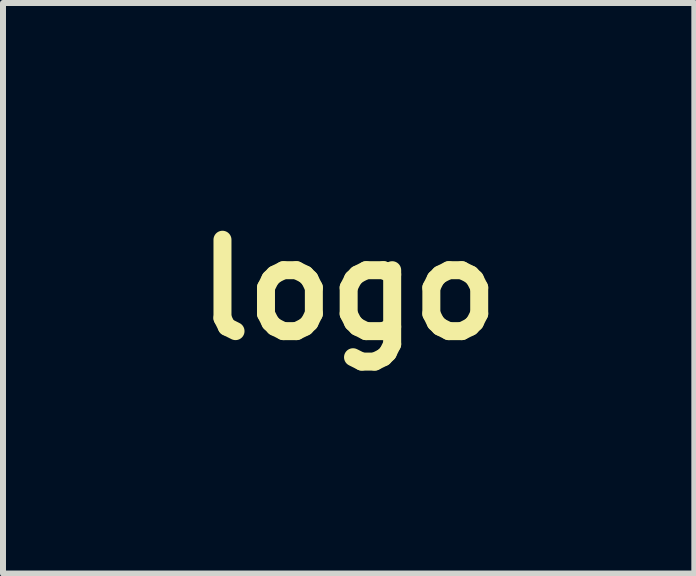
<source format=kicad_pcb>
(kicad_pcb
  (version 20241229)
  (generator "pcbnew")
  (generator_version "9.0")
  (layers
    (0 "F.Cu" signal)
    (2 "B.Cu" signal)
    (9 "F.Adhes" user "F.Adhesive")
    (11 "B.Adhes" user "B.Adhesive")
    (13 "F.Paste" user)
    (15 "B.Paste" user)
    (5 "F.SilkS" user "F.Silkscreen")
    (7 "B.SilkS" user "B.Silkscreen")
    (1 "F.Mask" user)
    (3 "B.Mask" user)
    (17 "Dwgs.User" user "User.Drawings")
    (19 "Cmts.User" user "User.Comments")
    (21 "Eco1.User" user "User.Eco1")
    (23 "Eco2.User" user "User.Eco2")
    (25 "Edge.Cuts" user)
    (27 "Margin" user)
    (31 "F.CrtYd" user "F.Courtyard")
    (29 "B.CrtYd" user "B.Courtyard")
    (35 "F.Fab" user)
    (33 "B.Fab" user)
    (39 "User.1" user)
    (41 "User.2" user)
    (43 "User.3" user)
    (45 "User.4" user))
  (footprint "logo"
    (layer "F.Cu")
    (at 2.765 1.783)
    (property "Reference" "logo" (at 0 0 0) (layer "F.SilkS") (effects (font (size 1.524 1.524) (thickness 0.3))))
    (attr through_hole)
    (fp_poly (pts (xy -1.236 -0.677) (xy -1.446 -0.677) (xy -1.511 -0.677) (xy -1.562 -0.678) (xy -1.6 -0.679) (xy -1.629 -0.68) (xy -1.649 -0.682) (xy -1.663 -0.685) (xy -1.674 -0.689) (xy -1.683 -0.694) (xy -1.717 -0.724) (xy -1.738 -0.764) (xy -1.744 -0.804) (xy -1.736 -0.85) (xy -1.714 -0.888) (xy -1.683 -0.914) (xy -1.673 -0.92) (xy -1.662 -0.924) (xy -1.647 -0.927) (xy -1.626 -0.929) (xy -1.597 -0.93) (xy -1.558 -0.931) (xy -1.506 -0.931) (xy -1.446 -0.931) (xy -1.236 -0.931) (xy -1.236 -0.677)) (stroke (width 0.01) (type solid)) (fill no) (layer "Eco2.User"))
    (fp_poly (pts (xy -1.236 -0.169) (xy -1.446 -0.169) (xy -1.511 -0.169) (xy -1.562 -0.17) (xy -1.6 -0.171) (xy -1.629 -0.172) (xy -1.649 -0.174) (xy -1.663 -0.177) (xy -1.674 -0.181) (xy -1.683 -0.186) (xy -1.717 -0.216) (xy -1.738 -0.256) (xy -1.744 -0.296) (xy -1.736 -0.342) (xy -1.714 -0.38) (xy -1.683 -0.406) (xy -1.673 -0.412) (xy -1.662 -0.416) (xy -1.647 -0.419) (xy -1.626 -0.421) (xy -1.597 -0.422) (xy -1.558 -0.423) (xy -1.506 -0.423) (xy -1.446 -0.423) (xy -1.236 -0.423) (xy -1.236 -0.169)) (stroke (width 0.01) (type solid)) (fill no) (layer "Eco2.User"))
    (fp_poly (pts (xy -1.236 0.347) (xy -1.446 0.347) (xy -1.511 0.347) (xy -1.562 0.347) (xy -1.6 0.346) (xy -1.629 0.344) (xy -1.649 0.342) (xy -1.663 0.339) (xy -1.674 0.335) (xy -1.683 0.33) (xy -1.717 0.3) (xy -1.738 0.26) (xy -1.744 0.22) (xy -1.736 0.175) (xy -1.714 0.136) (xy -1.683 0.11) (xy -1.673 0.105) (xy -1.662 0.101) (xy -1.647 0.098) (xy -1.626 0.096) (xy -1.597 0.094) (xy -1.558 0.094) (xy -1.506 0.093) (xy -1.446 0.093) (xy -1.236 0.093) (xy -1.236 0.347)) (stroke (width 0.01) (type solid)) (fill no) (layer "Eco2.User"))
    (fp_poly (pts (xy -1.236 0.864) (xy -1.446 0.864) (xy -1.511 0.863) (xy -1.562 0.863) (xy -1.6 0.862) (xy -1.629 0.861) (xy -1.649 0.859) (xy -1.663 0.856) (xy -1.674 0.852) (xy -1.683 0.847) (xy -1.717 0.817) (xy -1.738 0.777) (xy -1.744 0.737) (xy -1.736 0.691) (xy -1.714 0.653) (xy -1.683 0.626) (xy -1.673 0.621) (xy -1.662 0.617) (xy -1.647 0.614) (xy -1.626 0.612) (xy -1.597 0.611) (xy -1.558 0.61) (xy -1.506 0.61) (xy -1.446 0.61) (xy -1.236 0.61) (xy -1.236 0.864)) (stroke (width 0.01) (type solid)) (fill no) (layer "Eco2.User"))
    (fp_poly (pts (xy 1.446 -0.931) (xy 1.511 -0.931) (xy 1.562 -0.931) (xy 1.6 -0.93) (xy 1.629 -0.929) (xy 1.649 -0.926) (xy 1.663 -0.923) (xy 1.674 -0.919) (xy 1.683 -0.914) (xy 1.717 -0.884) (xy 1.738 -0.845) (xy 1.744 -0.804) (xy 1.736 -0.759) (xy 1.714 -0.72) (xy 1.683 -0.694) (xy 1.673 -0.689) (xy 1.662 -0.685) (xy 1.647 -0.682) (xy 1.626 -0.68) (xy 1.597 -0.679) (xy 1.558 -0.678) (xy 1.506 -0.677) (xy 1.446 -0.677) (xy 1.236 -0.677) (xy 1.236 -0.931) (xy 1.446 -0.931)) (stroke (width 0.01) (type solid)) (fill no) (layer "Eco2.User"))
    (fp_poly (pts (xy 1.446 -0.423) (xy 1.511 -0.423) (xy 1.562 -0.423) (xy 1.6 -0.422) (xy 1.629 -0.421) (xy 1.649 -0.418) (xy 1.663 -0.415) (xy 1.674 -0.411) (xy 1.683 -0.406) (xy 1.717 -0.376) (xy 1.738 -0.337) (xy 1.744 -0.296) (xy 1.736 -0.251) (xy 1.714 -0.212) (xy 1.683 -0.186) (xy 1.673 -0.181) (xy 1.662 -0.177) (xy 1.647 -0.174) (xy 1.626 -0.172) (xy 1.597 -0.171) (xy 1.558 -0.17) (xy 1.506 -0.169) (xy 1.446 -0.169) (xy 1.236 -0.169) (xy 1.236 -0.423) (xy 1.446 -0.423)) (stroke (width 0.01) (type solid)) (fill no) (layer "Eco2.User"))
    (fp_poly (pts (xy 1.446 0.093) (xy 1.511 0.093) (xy 1.562 0.094) (xy 1.6 0.094) (xy 1.629 0.096) (xy 1.649 0.098) (xy 1.663 0.101) (xy 1.674 0.105) (xy 1.683 0.11) (xy 1.717 0.14) (xy 1.738 0.18) (xy 1.744 0.22) (xy 1.736 0.266) (xy 1.714 0.304) (xy 1.683 0.33) (xy 1.673 0.335) (xy 1.662 0.34) (xy 1.647 0.343) (xy 1.626 0.345) (xy 1.597 0.346) (xy 1.558 0.347) (xy 1.506 0.347) (xy 1.446 0.347) (xy 1.236 0.347) (xy 1.236 0.093) (xy 1.446 0.093)) (stroke (width 0.01) (type solid)) (fill no) (layer "Eco2.User"))
    (fp_poly (pts (xy 1.446 0.61) (xy 1.511 0.61) (xy 1.562 0.61) (xy 1.6 0.611) (xy 1.629 0.612) (xy 1.649 0.614) (xy 1.663 0.618) (xy 1.674 0.622) (xy 1.683 0.626) (xy 1.717 0.657) (xy 1.738 0.696) (xy 1.744 0.737) (xy 1.736 0.782) (xy 1.714 0.821) (xy 1.683 0.847) (xy 1.673 0.852) (xy 1.662 0.856) (xy 1.647 0.859) (xy 1.626 0.861) (xy 1.597 0.862) (xy 1.558 0.863) (xy 1.506 0.863) (xy 1.446 0.864) (xy 1.236 0.864) (xy 1.236 0.61) (xy 1.446 0.61)) (stroke (width 0.01) (type solid)) (fill no) (layer "Eco2.User"))
    (fp_poly (pts (xy -0.733 -1.773) (xy -0.696 -1.755) (xy -0.665 -1.724) (xy -0.66 -1.717) (xy -0.655 -1.707) (xy -0.651 -1.696) (xy -0.648 -1.681) (xy -0.646 -1.66) (xy -0.645 -1.631) (xy -0.644 -1.592) (xy -0.644 -1.54) (xy -0.643 -1.48) (xy -0.643 -1.27) (xy -0.897 -1.27) (xy -0.897 -1.48) (xy -0.897 -1.545) (xy -0.897 -1.596) (xy -0.896 -1.634) (xy -0.895 -1.662) (xy -0.893 -1.683) (xy -0.89 -1.697) (xy -0.885 -1.708) (xy -0.881 -1.717) (xy -0.851 -1.75) (xy -0.815 -1.77) (xy -0.774 -1.778) (xy -0.733 -1.773)) (stroke (width 0.01) (type solid)) (fill no) (layer "Eco2.User"))
    (fp_poly (pts (xy -0.225 -1.773) (xy -0.188 -1.755) (xy -0.157 -1.724) (xy -0.152 -1.717) (xy -0.147 -1.707) (xy -0.143 -1.696) (xy -0.14 -1.681) (xy -0.138 -1.66) (xy -0.137 -1.631) (xy -0.136 -1.592) (xy -0.136 -1.54) (xy -0.135 -1.48) (xy -0.135 -1.27) (xy -0.389 -1.27) (xy -0.389 -1.48) (xy -0.389 -1.545) (xy -0.389 -1.596) (xy -0.388 -1.634) (xy -0.387 -1.662) (xy -0.385 -1.683) (xy -0.382 -1.697) (xy -0.377 -1.708) (xy -0.373 -1.717) (xy -0.343 -1.75) (xy -0.307 -1.77) (xy -0.266 -1.778) (xy -0.225 -1.773)) (stroke (width 0.01) (type solid)) (fill no) (layer "Eco2.User"))
    (fp_poly (pts (xy 0.291 -1.773) (xy 0.329 -1.755) (xy 0.359 -1.724) (xy 0.364 -1.717) (xy 0.369 -1.707) (xy 0.373 -1.696) (xy 0.376 -1.681) (xy 0.378 -1.66) (xy 0.38 -1.631) (xy 0.381 -1.592) (xy 0.381 -1.54) (xy 0.381 -1.48) (xy 0.381 -1.27) (xy 0.127 -1.27) (xy 0.127 -1.48) (xy 0.127 -1.545) (xy 0.127 -1.596) (xy 0.128 -1.634) (xy 0.13 -1.662) (xy 0.132 -1.683) (xy 0.135 -1.697) (xy 0.139 -1.708) (xy 0.144 -1.717) (xy 0.173 -1.75) (xy 0.21 -1.77) (xy 0.25 -1.778) (xy 0.291 -1.773)) (stroke (width 0.01) (type solid)) (fill no) (layer "Eco2.User"))
    (fp_poly (pts (xy 0.807 -1.773) (xy 0.845 -1.755) (xy 0.876 -1.724) (xy 0.881 -1.717) (xy 0.886 -1.707) (xy 0.89 -1.696) (xy 0.893 -1.681) (xy 0.895 -1.66) (xy 0.896 -1.631) (xy 0.897 -1.592) (xy 0.897 -1.54) (xy 0.897 -1.48) (xy 0.897 -1.27) (xy 0.643 -1.27) (xy 0.643 -1.48) (xy 0.644 -1.545) (xy 0.644 -1.596) (xy 0.645 -1.634) (xy 0.646 -1.662) (xy 0.648 -1.683) (xy 0.651 -1.697) (xy 0.656 -1.708) (xy 0.66 -1.717) (xy 0.689 -1.75) (xy 0.726 -1.77) (xy 0.767 -1.778) (xy 0.807 -1.773)) (stroke (width 0.01) (type solid)) (fill no) (layer "Eco2.User"))
    (fp_poly (pts (xy -0.643 1.429) (xy -0.644 1.494) (xy -0.644 1.545) (xy -0.645 1.583) (xy -0.646 1.612) (xy -0.648 1.632) (xy -0.651 1.646) (xy -0.656 1.657) (xy -0.66 1.666) (xy -0.691 1.7) (xy -0.73 1.721) (xy -0.77 1.727) (xy -0.808 1.722) (xy -0.836 1.71) (xy -0.86 1.691) (xy -0.88 1.667) (xy -0.881 1.666) (xy -0.886 1.656) (xy -0.89 1.645) (xy -0.893 1.63) (xy -0.895 1.609) (xy -0.896 1.581) (xy -0.897 1.541) (xy -0.897 1.489) (xy -0.897 1.429) (xy -0.897 1.219) (xy -0.643 1.219) (xy -0.643 1.429)) (stroke (width 0.01) (type solid)) (fill no) (layer "Eco2.User"))
    (fp_poly (pts (xy -0.135 1.429) (xy -0.136 1.494) (xy -0.136 1.545) (xy -0.137 1.583) (xy -0.138 1.612) (xy -0.14 1.632) (xy -0.143 1.646) (xy -0.148 1.657) (xy -0.152 1.666) (xy -0.183 1.7) (xy -0.222 1.721) (xy -0.262 1.727) (xy -0.3 1.722) (xy -0.328 1.71) (xy -0.352 1.691) (xy -0.372 1.667) (xy -0.373 1.666) (xy -0.378 1.656) (xy -0.382 1.645) (xy -0.385 1.63) (xy -0.387 1.609) (xy -0.388 1.581) (xy -0.389 1.541) (xy -0.389 1.489) (xy -0.389 1.429) (xy -0.389 1.219) (xy -0.135 1.219) (xy -0.135 1.429)) (stroke (width 0.01) (type solid)) (fill no) (layer "Eco2.User"))
    (fp_poly (pts (xy 0.381 1.429) (xy 0.381 1.494) (xy 0.381 1.545) (xy 0.38 1.583) (xy 0.378 1.612) (xy 0.376 1.632) (xy 0.373 1.646) (xy 0.369 1.657) (xy 0.364 1.666) (xy 0.334 1.7) (xy 0.294 1.721) (xy 0.254 1.727) (xy 0.216 1.722) (xy 0.188 1.71) (xy 0.164 1.691) (xy 0.144 1.667) (xy 0.144 1.666) (xy 0.139 1.656) (xy 0.135 1.645) (xy 0.132 1.63) (xy 0.13 1.609) (xy 0.128 1.581) (xy 0.127 1.541) (xy 0.127 1.489) (xy 0.127 1.429) (xy 0.127 1.219) (xy 0.381 1.219) (xy 0.381 1.429)) (stroke (width 0.01) (type solid)) (fill no) (layer "Eco2.User"))
    (fp_poly (pts (xy 0.897 1.429) (xy 0.897 1.494) (xy 0.897 1.545) (xy 0.896 1.583) (xy 0.895 1.612) (xy 0.893 1.632) (xy 0.89 1.646) (xy 0.885 1.657) (xy 0.881 1.666) (xy 0.85 1.7) (xy 0.811 1.721) (xy 0.77 1.727) (xy 0.733 1.722) (xy 0.705 1.71) (xy 0.681 1.691) (xy 0.661 1.667) (xy 0.66 1.666) (xy 0.655 1.656) (xy 0.651 1.645) (xy 0.648 1.63) (xy 0.646 1.609) (xy 0.645 1.581) (xy 0.644 1.541) (xy 0.644 1.489) (xy 0.643 1.429) (xy 0.643 1.219) (xy 0.897 1.219) (xy 0.897 1.429)) (stroke (width 0.01) (type solid)) (fill no) (layer "Eco2.User"))
    (fp_poly (pts (xy -0.233 0.013) (xy -0.201 0.031) (xy -0.175 0.062) (xy -0.169 0.072) (xy -0.155 0.117) (xy -0.156 0.161) (xy -0.173 0.206) (xy -0.174 0.207) (xy -0.195 0.246) (xy -0.178 0.324) (xy -0.17 0.362) (xy -0.164 0.398) (xy -0.161 0.426) (xy -0.161 0.434) (xy -0.161 0.466) (xy -0.258 0.466) (xy -0.299 0.466) (xy -0.327 0.465) (xy -0.344 0.463) (xy -0.352 0.459) (xy -0.356 0.452) (xy -0.357 0.447) (xy -0.357 0.431) (xy -0.352 0.403) (xy -0.345 0.367) (xy -0.337 0.335) (xy -0.328 0.295) (xy -0.322 0.267) (xy -0.32 0.25) (xy -0.322 0.239) (xy -0.326 0.231) (xy -0.328 0.23) (xy -0.346 0.204) (xy -0.359 0.169) (xy -0.364 0.135) (xy -0.364 0.134) (xy -0.358 0.1) (xy -0.343 0.065) (xy -0.322 0.036) (xy -0.306 0.023) (xy -0.269 0.01) (xy -0.233 0.013)) (stroke (width 0.01) (type solid)) (fill no) (layer "Eco2.User"))
    (fp_poly (pts (xy -0.332 -1.193) (xy -0.218 -1.193) (xy -0.09 -1.192) (xy 0.025 -1.192) (xy 0.166 -1.192) (xy 0.29 -1.191) (xy 0.399 -1.191) (xy 0.495 -1.19) (xy 0.577 -1.19) (xy 0.648 -1.19) (xy 0.708 -1.189) (xy 0.758 -1.188) (xy 0.799 -1.187) (xy 0.833 -1.186) (xy 0.86 -1.185) (xy 0.881 -1.184) (xy 0.897 -1.182) (xy 0.909 -1.18) (xy 0.919 -1.178) (xy 0.927 -1.176) (xy 0.934 -1.173) (xy 0.936 -1.172) (xy 1.007 -1.134) (xy 1.068 -1.085) (xy 1.115 -1.024) (xy 1.145 -0.967) (xy 1.164 -0.919) (xy 1.164 0.859) (xy 1.144 0.909) (xy 1.108 0.976) (xy 1.059 1.033) (xy 1 1.08) (xy 0.931 1.113) (xy 0.917 1.118) (xy 0.908 1.12) (xy 0.898 1.123) (xy 0.887 1.125) (xy 0.873 1.127) (xy 0.856 1.128) (xy 0.834 1.13) (xy 0.807 1.131) (xy 0.773 1.132) (xy 0.732 1.133) (xy 0.682 1.133) (xy 0.622 1.134) (xy 0.552 1.134) (xy 0.469 1.134) (xy 0.374 1.134) (xy 0.265 1.134) (xy 0.142 1.134) (xy 0.002 1.134) (xy 0.001 1.134) (xy -0.139 1.134) (xy -0.263 1.134) (xy -0.372 1.134) (xy -0.468 1.133) (xy -0.55 1.133) (xy -0.621 1.133) (xy -0.681 1.132) (xy -0.731 1.132) (xy -0.772 1.131) (xy -0.806 1.13) (xy -0.833 1.129) (xy -0.855 1.127) (xy -0.872 1.126) (xy -0.885 1.124) (xy -0.895 1.122) (xy -0.904 1.119) (xy -0.909 1.118) (xy -0.979 1.087) (xy -1.041 1.042) (xy -1.092 0.986) (xy -1.13 0.921) (xy -1.136 0.908) (xy -1.156 0.859) (xy -1.156 -0.154) (xy -0.77 -0.154) (xy -0.77 0.679) (xy -0.746 0.703) (xy -0.721 0.728) (xy 0.196 0.728) (xy 0.221 0.703) (xy 0.246 0.679) (xy 0.246 -0.154) (xy 0.221 -0.178) (xy 0.196 -0.203) (xy -0.721 -0.203) (xy -0.746 -0.178) (xy -0.77 -0.154) (xy -1.156 -0.154) (xy -1.156 -0.369) (xy -0.085 -0.369) (xy -0.084 -0.325) (xy -0.08 -0.295) (xy -0.069 -0.277) (xy -0.05 -0.267) (xy -0.02 -0.263) (xy 0.02 -0.262) (xy 0.064 -0.263) (xy 0.094 -0.268) (xy 0.113 -0.278) (xy 0.123 -0.295) (xy 0.127 -0.322) (xy 0.127 -0.347) (xy 0.133 -0.416) (xy 0.151 -0.475) (xy 0.181 -0.522) (xy 0.222 -0.558) (xy 0.27 -0.579) (xy 0.31 -0.589) (xy 0.342 -0.592) (xy 0.376 -0.587) (xy 0.407 -0.579) (xy 0.457 -0.556) (xy 0.499 -0.519) (xy 0.528 -0.472) (xy 0.537 -0.449) (xy 0.542 -0.428) (xy 0.545 -0.403) (xy 0.548 -0.369) (xy 0.549 -0.325) (xy 0.55 -0.269) (xy 0.55 -0.226) (xy 0.55 -0.049) (xy 0.575 -0.025) (xy 0.59 -0.011) (xy 0.606 -0.004) (xy 0.627 -0.001) (xy 0.656 0) (xy 0.688 -0.001) (xy 0.708 -0.004) (xy 0.723 -0.012) (xy 0.737 -0.025) (xy 0.762 -0.049) (xy 0.762 -0.247) (xy 0.762 -0.322) (xy 0.76 -0.383) (xy 0.758 -0.432) (xy 0.753 -0.472) (xy 0.746 -0.505) (xy 0.737 -0.535) (xy 0.725 -0.565) (xy 0.71 -0.594) (xy 0.667 -0.658) (xy 0.613 -0.711) (xy 0.55 -0.752) (xy 0.481 -0.781) (xy 0.408 -0.799) (xy 0.332 -0.805) (xy 0.257 -0.797) (xy 0.183 -0.778) (xy 0.114 -0.745) (xy 0.052 -0.698) (xy 0.031 -0.678) (xy -0.019 -0.616) (xy -0.054 -0.549) (xy -0.075 -0.475) (xy -0.084 -0.391) (xy -0.085 -0.369) (xy -1.156 -0.369) (xy -1.156 -0.919) (xy -1.136 -0.967) (xy -1.101 -1.033) (xy -1.052 -1.091) (xy -0.993 -1.137) (xy -0.927 -1.171) (xy -0.896 -1.181) (xy -0.886 -1.183) (xy -0.874 -1.185) (xy -0.86 -1.187) (xy -0.841 -1.188) (xy -0.818 -1.189) (xy -0.789 -1.191) (xy -0.752 -1.191) (xy -0.708 -1.192) (xy -0.655 -1.193) (xy -0.592 -1.193) (xy -0.517 -1.193) (xy -0.431 -1.193) (xy -0.332 -1.193)) (stroke (width 0.01) (type solid)) (fill no) (layer "Eco2.User")))
  (gr_rect
    (start -3 -3)
    (end 8.53 6.515)
    (stroke (width 0.1) (type default))
    (fill no)
    (layer "Edge.Cuts")))
</source>
